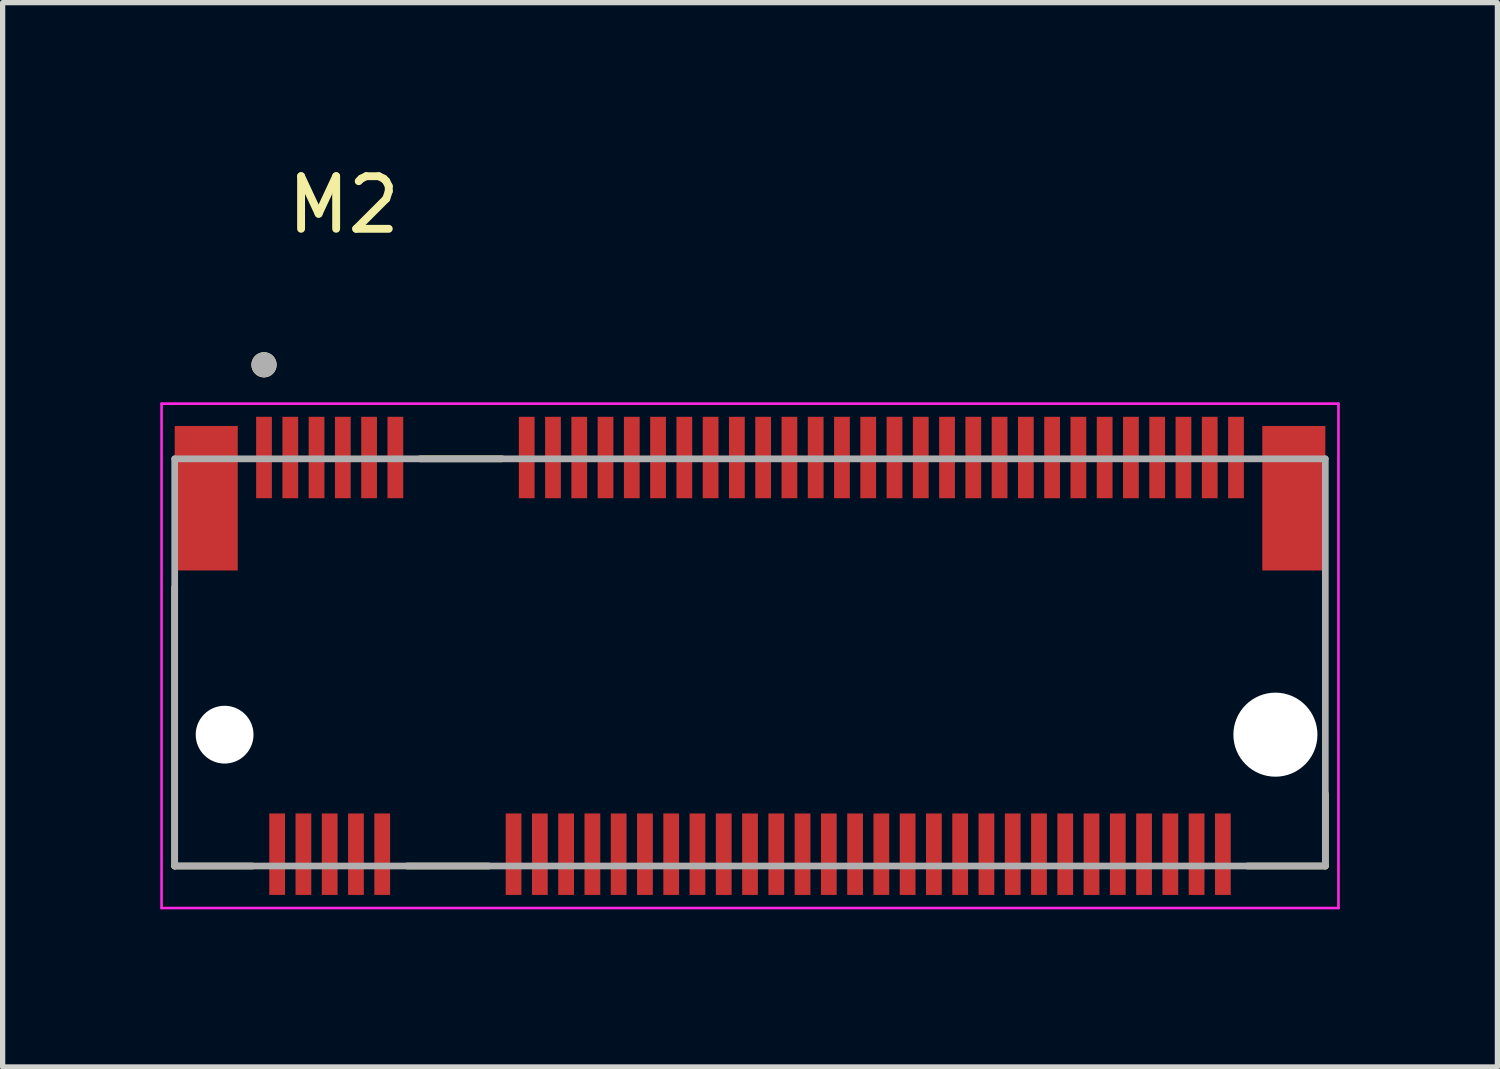
<source format=kicad_pcb>
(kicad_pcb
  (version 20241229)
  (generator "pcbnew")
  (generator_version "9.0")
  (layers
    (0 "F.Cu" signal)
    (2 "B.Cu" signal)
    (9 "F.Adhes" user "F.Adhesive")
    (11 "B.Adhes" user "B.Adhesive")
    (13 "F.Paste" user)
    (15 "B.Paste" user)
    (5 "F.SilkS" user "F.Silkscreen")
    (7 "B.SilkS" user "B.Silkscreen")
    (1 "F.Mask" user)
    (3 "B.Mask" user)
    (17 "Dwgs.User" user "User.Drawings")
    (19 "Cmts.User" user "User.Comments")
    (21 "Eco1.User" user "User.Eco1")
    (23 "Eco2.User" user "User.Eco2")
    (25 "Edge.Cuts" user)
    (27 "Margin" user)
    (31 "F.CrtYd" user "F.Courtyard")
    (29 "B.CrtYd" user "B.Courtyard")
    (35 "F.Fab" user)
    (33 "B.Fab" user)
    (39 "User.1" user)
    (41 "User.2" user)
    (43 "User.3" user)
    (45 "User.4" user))
  (footprint "M2"
    (layer "F.Cu")
    (at 11.225 10.933)
    (property "Reference" "M2" (at -7.734 -10.084 0) (layer "F.SilkS") (effects (font (size 1.001 1.001) (thickness 0.15))))
    (attr smd)
    (fp_line (start -10.95 -2.805) (end -10.95 2.5) (stroke (width 0.127) (type solid)) (layer "F.SilkS"))
    (fp_line (start -10.95 2.5) (end -9.47 2.5) (stroke (width 0.127) (type solid)) (layer "F.SilkS"))
    (fp_line (start -6.53 2.5) (end -4.97 2.5) (stroke (width 0.127) (type solid)) (layer "F.SilkS"))
    (fp_line (start -4.72 -5.25) (end -6.28 -5.25) (stroke (width 0.127) (type solid)) (layer "F.SilkS"))
    (fp_line (start 9.47 2.5) (end 10.95 2.5) (stroke (width 0.127) (type solid)) (layer "F.SilkS"))
    (fp_line (start 10.95 2.5) (end 10.95 1.12) (stroke (width 0.127) (type solid)) (layer "F.SilkS"))
    (fp_circle (center -9.25 -7.04) (end -9.13 -7.04) (stroke (width 0.24) (type solid)) (fill no) (layer "F.SilkS"))
    (fp_line (start -11.2 -6.3) (end 11.2 -6.3) (stroke (width 0.05) (type solid)) (layer "F.CrtYd"))
    (fp_line (start -11.2 3.3) (end -11.2 -6.3) (stroke (width 0.05) (type solid)) (layer "F.CrtYd"))
    (fp_line (start 11.2 -6.3) (end 11.2 3.3) (stroke (width 0.05) (type solid)) (layer "F.CrtYd"))
    (fp_line (start 11.2 3.3) (end -11.2 3.3) (stroke (width 0.05) (type solid)) (layer "F.CrtYd"))
    (fp_line (start -10.95 -5.25) (end 10.95 -5.25) (stroke (width 0.127) (type solid)) (layer "F.Fab"))
    (fp_line (start -10.95 2.5) (end -10.95 -5.25) (stroke (width 0.127) (type solid)) (layer "F.Fab"))
    (fp_line (start 10.95 -5.25) (end 10.95 2.5) (stroke (width 0.127) (type solid)) (layer "F.Fab"))
    (fp_line (start 10.95 2.5) (end -10.95 2.5) (stroke (width 0.127) (type solid)) (layer "F.Fab"))
    (fp_circle (center -9.25 -7.04) (end -9.13 -7.04) (stroke (width 0.24) (type solid)) (fill no) (layer "F.Fab"))
    (pad "" np_thru_hole circle (at -10 0) (size 1.1 1.1) (drill 1.1) (layers "*.Cu" "*.Mask"))
    (pad "" np_thru_hole circle (at 10 0) (size 1.6 1.6) (drill 1.6) (layers "*.Cu" "*.Mask"))
    (pad "1" smd rect (at -9.25 -5.275) (size 0.3 1.55) (layers "F.Cu" "F.Mask" "F.Paste"))
    (pad "2" smd rect (at -9 2.275) (size 0.3 1.55) (layers "F.Cu" "F.Mask" "F.Paste"))
    (pad "3" smd rect (at -8.75 -5.275) (size 0.3 1.55) (layers "F.Cu" "F.Mask" "F.Paste"))
    (pad "4" smd rect (at -8.5 2.275) (size 0.3 1.55) (layers "F.Cu" "F.Mask" "F.Paste"))
    (pad "5" smd rect (at -8.25 -5.275) (size 0.3 1.55) (layers "F.Cu" "F.Mask" "F.Paste"))
    (pad "6" smd rect (at -8 2.275) (size 0.3 1.55) (layers "F.Cu" "F.Mask" "F.Paste"))
    (pad "7" smd rect (at -7.75 -5.275) (size 0.3 1.55) (layers "F.Cu" "F.Mask" "F.Paste"))
    (pad "8" smd rect (at -7.5 2.275) (size 0.3 1.55) (layers "F.Cu" "F.Mask" "F.Paste"))
    (pad "9" smd rect (at -7.25 -5.275) (size 0.3 1.55) (layers "F.Cu" "F.Mask" "F.Paste"))
    (pad "10" smd rect (at -7 2.275) (size 0.3 1.55) (layers "F.Cu" "F.Mask" "F.Paste"))
    (pad "11" smd rect (at -6.75 -5.275) (size 0.3 1.55) (layers "F.Cu" "F.Mask" "F.Paste"))
    (pad "20" smd rect (at -4.5 2.275) (size 0.3 1.55) (layers "F.Cu" "F.Mask" "F.Paste"))
    (pad "21" smd rect (at -4.25 -5.275) (size 0.3 1.55) (layers "F.Cu" "F.Mask" "F.Paste"))
    (pad "22" smd rect (at -4 2.275) (size 0.3 1.55) (layers "F.Cu" "F.Mask" "F.Paste"))
    (pad "23" smd rect (at -3.75 -5.275) (size 0.3 1.55) (layers "F.Cu" "F.Mask" "F.Paste"))
    (pad "24" smd rect (at -3.5 2.275) (size 0.3 1.55) (layers "F.Cu" "F.Mask" "F.Paste"))
    (pad "25" smd rect (at -3.25 -5.275) (size 0.3 1.55) (layers "F.Cu" "F.Mask" "F.Paste"))
    (pad "26" smd rect (at -3 2.275) (size 0.3 1.55) (layers "F.Cu" "F.Mask" "F.Paste"))
    (pad "27" smd rect (at -2.75 -5.275) (size 0.3 1.55) (layers "F.Cu" "F.Mask" "F.Paste"))
    (pad "28" smd rect (at -2.5 2.275) (size 0.3 1.55) (layers "F.Cu" "F.Mask" "F.Paste"))
    (pad "29" smd rect (at -2.25 -5.275) (size 0.3 1.55) (layers "F.Cu" "F.Mask" "F.Paste"))
    (pad "30" smd rect (at -2 2.275) (size 0.3 1.55) (layers "F.Cu" "F.Mask" "F.Paste"))
    (pad "31" smd rect (at -1.75 -5.275) (size 0.3 1.55) (layers "F.Cu" "F.Mask" "F.Paste"))
    (pad "32" smd rect (at -1.5 2.275) (size 0.3 1.55) (layers "F.Cu" "F.Mask" "F.Paste"))
    (pad "33" smd rect (at -1.25 -5.275) (size 0.3 1.55) (layers "F.Cu" "F.Mask" "F.Paste"))
    (pad "34" smd rect (at -1 2.275) (size 0.3 1.55) (layers "F.Cu" "F.Mask" "F.Paste"))
    (pad "35" smd rect (at -0.75 -5.275) (size 0.3 1.55) (layers "F.Cu" "F.Mask" "F.Paste"))
    (pad "36" smd rect (at -0.5 2.275) (size 0.3 1.55) (layers "F.Cu" "F.Mask" "F.Paste"))
    (pad "37" smd rect (at -0.25 -5.275) (size 0.3 1.55) (layers "F.Cu" "F.Mask" "F.Paste"))
    (pad "38" smd rect (at 0 2.275) (size 0.3 1.55) (layers "F.Cu" "F.Mask" "F.Paste"))
    (pad "39" smd rect (at 0.25 -5.275) (size 0.3 1.55) (layers "F.Cu" "F.Mask" "F.Paste"))
    (pad "40" smd rect (at 0.5 2.275) (size 0.3 1.55) (layers "F.Cu" "F.Mask" "F.Paste"))
    (pad "41" smd rect (at 0.75 -5.275) (size 0.3 1.55) (layers "F.Cu" "F.Mask" "F.Paste"))
    (pad "42" smd rect (at 1 2.275) (size 0.3 1.55) (layers "F.Cu" "F.Mask" "F.Paste"))
    (pad "43" smd rect (at 1.25 -5.275) (size 0.3 1.55) (layers "F.Cu" "F.Mask" "F.Paste"))
    (pad "44" smd rect (at 1.5 2.275) (size 0.3 1.55) (layers "F.Cu" "F.Mask" "F.Paste"))
    (pad "45" smd rect (at 1.75 -5.275) (size 0.3 1.55) (layers "F.Cu" "F.Mask" "F.Paste"))
    (pad "46" smd rect (at 2 2.275) (size 0.3 1.55) (layers "F.Cu" "F.Mask" "F.Paste"))
    (pad "47" smd rect (at 2.25 -5.275) (size 0.3 1.55) (layers "F.Cu" "F.Mask" "F.Paste"))
    (pad "48" smd rect (at 2.5 2.275) (size 0.3 1.55) (layers "F.Cu" "F.Mask" "F.Paste"))
    (pad "49" smd rect (at 2.75 -5.275) (size 0.3 1.55) (layers "F.Cu" "F.Mask" "F.Paste"))
    (pad "50" smd rect (at 3 2.275) (size 0.3 1.55) (layers "F.Cu" "F.Mask" "F.Paste"))
    (pad "51" smd rect (at 3.25 -5.275) (size 0.3 1.55) (layers "F.Cu" "F.Mask" "F.Paste"))
    (pad "52" smd rect (at 3.5 2.275) (size 0.3 1.55) (layers "F.Cu" "F.Mask" "F.Paste"))
    (pad "53" smd rect (at 3.75 -5.275) (size 0.3 1.55) (layers "F.Cu" "F.Mask" "F.Paste"))
    (pad "54" smd rect (at 4 2.275) (size 0.3 1.55) (layers "F.Cu" "F.Mask" "F.Paste"))
    (pad "55" smd rect (at 4.25 -5.275) (size 0.3 1.55) (layers "F.Cu" "F.Mask" "F.Paste"))
    (pad "56" smd rect (at 4.5 2.275) (size 0.3 1.55) (layers "F.Cu" "F.Mask" "F.Paste"))
    (pad "57" smd rect (at 4.75 -5.275) (size 0.3 1.55) (layers "F.Cu" "F.Mask" "F.Paste"))
    (pad "58" smd rect (at 5 2.275) (size 0.3 1.55) (layers "F.Cu" "F.Mask" "F.Paste"))
    (pad "59" smd rect (at 5.25 -5.275) (size 0.3 1.55) (layers "F.Cu" "F.Mask" "F.Paste"))
    (pad "60" smd rect (at 5.5 2.275) (size 0.3 1.55) (layers "F.Cu" "F.Mask" "F.Paste"))
    (pad "61" smd rect (at 5.75 -5.275) (size 0.3 1.55) (layers "F.Cu" "F.Mask" "F.Paste"))
    (pad "62" smd rect (at 6 2.275) (size 0.3 1.55) (layers "F.Cu" "F.Mask" "F.Paste"))
    (pad "63" smd rect (at 6.25 -5.275) (size 0.3 1.55) (layers "F.Cu" "F.Mask" "F.Paste"))
    (pad "64" smd rect (at 6.5 2.275) (size 0.3 1.55) (layers "F.Cu" "F.Mask" "F.Paste"))
    (pad "65" smd rect (at 6.75 -5.275) (size 0.3 1.55) (layers "F.Cu" "F.Mask" "F.Paste"))
    (pad "66" smd rect (at 7 2.275) (size 0.3 1.55) (layers "F.Cu" "F.Mask" "F.Paste"))
    (pad "67" smd rect (at 7.25 -5.275) (size 0.3 1.55) (layers "F.Cu" "F.Mask" "F.Paste"))
    (pad "68" smd rect (at 7.5 2.275) (size 0.3 1.55) (layers "F.Cu" "F.Mask" "F.Paste"))
    (pad "69" smd rect (at 7.75 -5.275) (size 0.3 1.55) (layers "F.Cu" "F.Mask" "F.Paste"))
    (pad "70" smd rect (at 8 2.275) (size 0.3 1.55) (layers "F.Cu" "F.Mask" "F.Paste"))
    (pad "71" smd rect (at 8.25 -5.275) (size 0.3 1.55) (layers "F.Cu" "F.Mask" "F.Paste"))
    (pad "72" smd rect (at 8.5 2.275) (size 0.3 1.55) (layers "F.Cu" "F.Mask" "F.Paste"))
    (pad "73" smd rect (at 8.75 -5.275) (size 0.3 1.55) (layers "F.Cu" "F.Mask" "F.Paste"))
    (pad "74" smd rect (at 9 2.275) (size 0.3 1.55) (layers "F.Cu" "F.Mask" "F.Paste"))
    (pad "75" smd rect (at 9.25 -5.275) (size 0.3 1.55) (layers "F.Cu" "F.Mask" "F.Paste"))
    (pad "SH1" smd rect (at -10.35 -4.5) (size 1.2 2.75) (layers "F.Cu" "F.Mask" "F.Paste"))
    (pad "SH2" smd rect (at 10.35 -4.5) (size 1.2 2.75) (layers "F.Cu" "F.Mask" "F.Paste")))
  (gr_rect
    (start -3 -3)
    (end 25.45 17.258)
    (stroke (width 0.1) (type default))
    (fill no)
    (layer "Edge.Cuts")))
</source>
